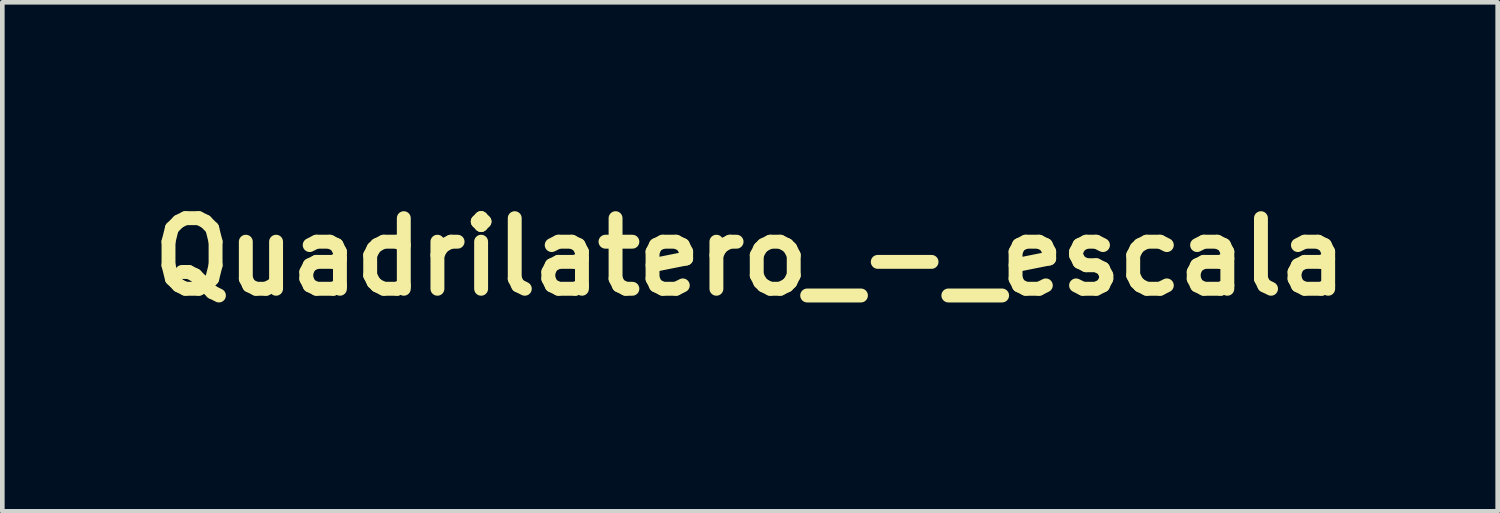
<source format=kicad_pcb>
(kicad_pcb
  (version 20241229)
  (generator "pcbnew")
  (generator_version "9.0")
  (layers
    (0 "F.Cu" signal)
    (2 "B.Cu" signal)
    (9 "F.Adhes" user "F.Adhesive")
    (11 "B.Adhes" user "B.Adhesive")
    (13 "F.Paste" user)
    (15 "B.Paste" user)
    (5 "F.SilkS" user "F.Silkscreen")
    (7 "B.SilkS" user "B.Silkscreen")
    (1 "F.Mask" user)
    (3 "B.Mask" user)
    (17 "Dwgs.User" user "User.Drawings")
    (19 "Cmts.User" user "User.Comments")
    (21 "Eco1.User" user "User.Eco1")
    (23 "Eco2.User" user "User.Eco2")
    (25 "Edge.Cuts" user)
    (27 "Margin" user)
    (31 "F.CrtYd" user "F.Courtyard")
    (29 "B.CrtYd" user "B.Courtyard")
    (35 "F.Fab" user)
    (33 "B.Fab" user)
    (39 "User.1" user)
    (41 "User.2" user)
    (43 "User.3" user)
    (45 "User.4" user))
  (footprint "Quadrilatero_-_escala"
    (layer "F.Cu")
    (at 13.143 2.495)
    (property "Reference" "Quadrilatero_-_escala" (at 0 0 0) (layer "F.SilkS") (effects (font (size 1.524 1.524) (thickness 0.3))))
    (attr through_hole)
    (fp_poly (pts (xy 2.49 2.49) (xy -2.49 2.49) (xy -2.49 -2.49) (xy 2.49 -2.49) (xy 2.49 2.49)) (stroke (width 0.01) (type solid)) (fill no) (layer "Eco2.User")))
  (gr_rect
    (start -3 -3)
    (end 29.285 7.99)
    (stroke (width 0.1) (type default))
    (fill no)
    (layer "Edge.Cuts")))
</source>
